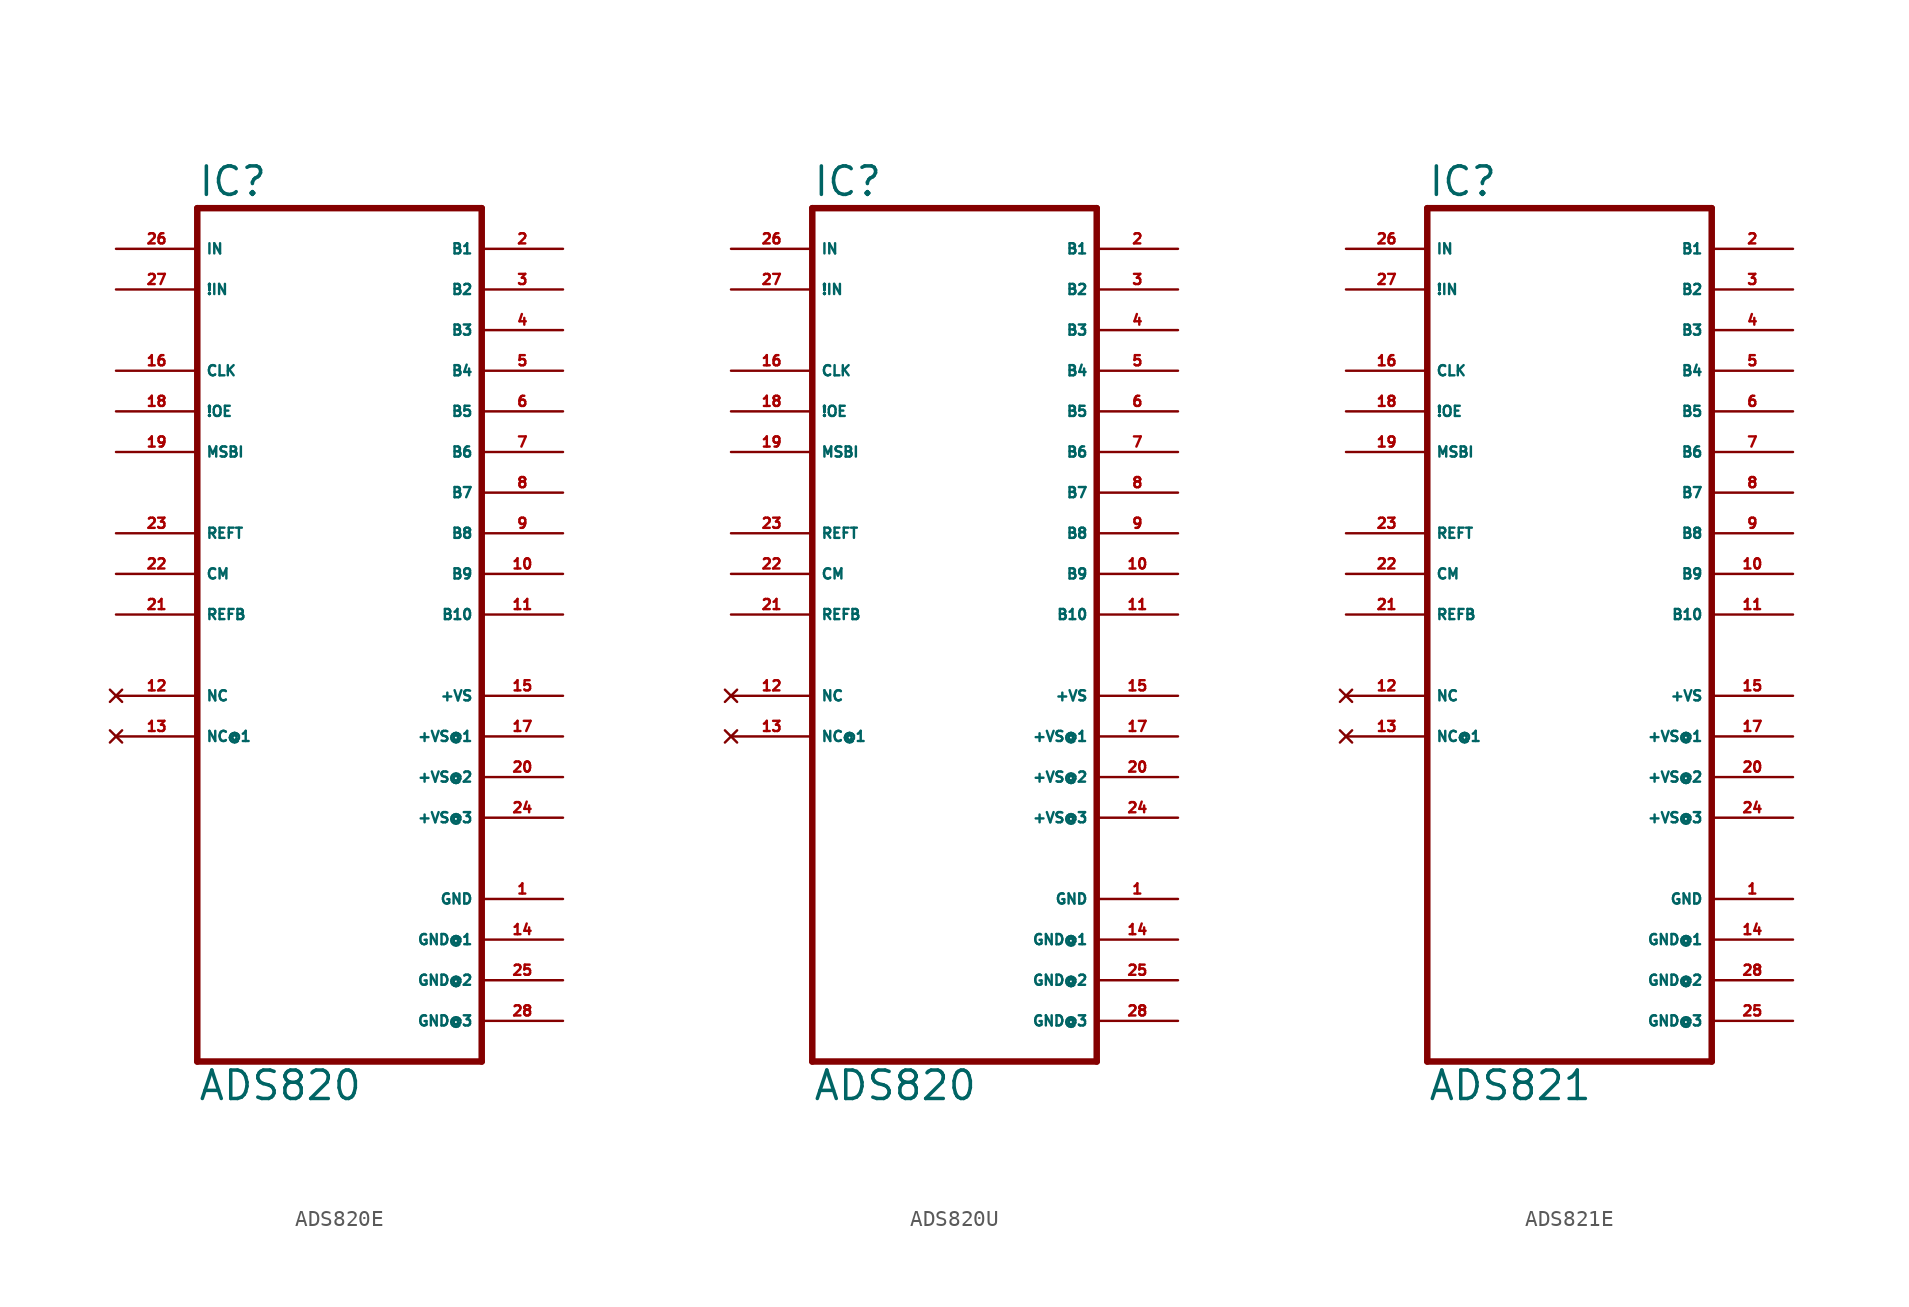
<source format=kicad_sym>
(kicad_symbol_lib
  (version 20220914)
  (generator Eagle2Kicad)
  (symbol "ADS820E"
    (property "Reference" "IC"
      (at -10.16 26.035 0)
      (effects (font (size 1.778 1.778) (thickness 0.22)) (justify left bottom)))
    (property "Value" "ADS820"
      (at -10.16 -30.48 0)
      (effects (font (size 1.778 1.778) (thickness 0.22)) (justify left bottom)))
    (polyline
      (pts (xy -10.16 25.4) (xy 7.62 25.4))
      (stroke (width 0.406) (type default))
      (fill (type none)))
    (polyline
      (pts (xy 7.62 25.4) (xy 7.62 -27.94))
      (stroke (width 0.406) (type default))
      (fill (type none)))
    (polyline
      (pts (xy 7.62 -27.94) (xy -10.16 -27.94))
      (stroke (width 0.406) (type default))
      (fill (type none)))
    (polyline
      (pts (xy -10.16 -27.94) (xy -10.16 25.4))
      (stroke (width 0.406) (type default))
      (fill (type none)))
    (pin input line
      (at -15.24 22.86 0)
      (length 5.08)
      (name "IN" (effects (font (size 0.635 0.635) (thickness 0.08)) (justify left bottom)))
      (number "26" (effects (font (size 0.635 0.635) (thickness 0.08)) (justify left bottom))))
    (pin input line
      (at -15.24 15.24 0)
      (length 5.08)
      (name "CLK" (effects (font (size 0.635 0.635) (thickness 0.08)) (justify left bottom)))
      (number "16" (effects (font (size 0.635 0.635) (thickness 0.08)) (justify left bottom))))
    (pin input line
      (at -15.24 12.7 0)
      (length 5.08)
      (name "!OE" (effects (font (size 0.635 0.635) (thickness 0.08)) (justify left bottom)))
      (number "18" (effects (font (size 0.635 0.635) (thickness 0.08)) (justify left bottom))))
    (pin input line
      (at -15.24 10.16 0)
      (length 5.08)
      (name "MSBI" (effects (font (size 0.635 0.635) (thickness 0.08)) (justify left bottom)))
      (number "19" (effects (font (size 0.635 0.635) (thickness 0.08)) (justify left bottom))))
    (pin output line
      (at 12.7 22.86 180)
      (length 5.08)
      (name "B1" (effects (font (size 0.635 0.635) (thickness 0.08)) (justify left bottom)))
      (number "2" (effects (font (size 0.635 0.635) (thickness 0.08)) (justify left bottom))))
    (pin output line
      (at 12.7 20.32 180)
      (length 5.08)
      (name "B2" (effects (font (size 0.635 0.635) (thickness 0.08)) (justify left bottom)))
      (number "3" (effects (font (size 0.635 0.635) (thickness 0.08)) (justify left bottom))))
    (pin output line
      (at 12.7 17.78 180)
      (length 5.08)
      (name "B3" (effects (font (size 0.635 0.635) (thickness 0.08)) (justify left bottom)))
      (number "4" (effects (font (size 0.635 0.635) (thickness 0.08)) (justify left bottom))))
    (pin output line
      (at 12.7 15.24 180)
      (length 5.08)
      (name "B4" (effects (font (size 0.635 0.635) (thickness 0.08)) (justify left bottom)))
      (number "5" (effects (font (size 0.635 0.635) (thickness 0.08)) (justify left bottom))))
    (pin output line
      (at 12.7 12.7 180)
      (length 5.08)
      (name "B5" (effects (font (size 0.635 0.635) (thickness 0.08)) (justify left bottom)))
      (number "6" (effects (font (size 0.635 0.635) (thickness 0.08)) (justify left bottom))))
    (pin output line
      (at 12.7 10.16 180)
      (length 5.08)
      (name "B6" (effects (font (size 0.635 0.635) (thickness 0.08)) (justify left bottom)))
      (number "7" (effects (font (size 0.635 0.635) (thickness 0.08)) (justify left bottom))))
    (pin output line
      (at 12.7 7.62 180)
      (length 5.08)
      (name "B7" (effects (font (size 0.635 0.635) (thickness 0.08)) (justify left bottom)))
      (number "8" (effects (font (size 0.635 0.635) (thickness 0.08)) (justify left bottom))))
    (pin output line
      (at 12.7 5.08 180)
      (length 5.08)
      (name "B8" (effects (font (size 0.635 0.635) (thickness 0.08)) (justify left bottom)))
      (number "9" (effects (font (size 0.635 0.635) (thickness 0.08)) (justify left bottom))))
    (pin unspecified line
      (at 12.7 -5.08 180)
      (length 5.08)
      (name "+VS" (effects (font (size 0.635 0.635) (thickness 0.08)) (justify left bottom)))
      (number "15" (effects (font (size 0.635 0.635) (thickness 0.08)) (justify left bottom))))
    (pin unspecified line
      (at 12.7 -7.62 180)
      (length 5.08)
      (name "+VS@1" (effects (font (size 0.635 0.635) (thickness 0.08)) (justify left bottom)))
      (number "17" (effects (font (size 0.635 0.635) (thickness 0.08)) (justify left bottom))))
    (pin unspecified line
      (at 12.7 -10.16 180)
      (length 5.08)
      (name "+VS@2" (effects (font (size 0.635 0.635) (thickness 0.08)) (justify left bottom)))
      (number "20" (effects (font (size 0.635 0.635) (thickness 0.08)) (justify left bottom))))
    (pin unspecified line
      (at 12.7 -17.78 180)
      (length 5.08)
      (name "GND" (effects (font (size 0.635 0.635) (thickness 0.08)) (justify left bottom)))
      (number "1" (effects (font (size 0.635 0.635) (thickness 0.08)) (justify left bottom))))
    (pin unspecified line
      (at 12.7 -20.32 180)
      (length 5.08)
      (name "GND@1" (effects (font (size 0.635 0.635) (thickness 0.08)) (justify left bottom)))
      (number "14" (effects (font (size 0.635 0.635) (thickness 0.08)) (justify left bottom))))
    (pin unspecified line
      (at 12.7 -22.86 180)
      (length 5.08)
      (name "GND@2" (effects (font (size 0.635 0.635) (thickness 0.08)) (justify left bottom)))
      (number "25" (effects (font (size 0.635 0.635) (thickness 0.08)) (justify left bottom))))
    (pin unspecified line
      (at 12.7 -25.4 180)
      (length 5.08)
      (name "GND@3" (effects (font (size 0.635 0.635) (thickness 0.08)) (justify left bottom)))
      (number "28" (effects (font (size 0.635 0.635) (thickness 0.08)) (justify left bottom))))
    (pin input line
      (at -15.24 20.32 0)
      (length 5.08)
      (name "!IN" (effects (font (size 0.635 0.635) (thickness 0.08)) (justify left bottom)))
      (number "27" (effects (font (size 0.635 0.635) (thickness 0.08)) (justify left bottom))))
    (pin input line
      (at -15.24 2.54 0)
      (length 5.08)
      (name "CM" (effects (font (size 0.635 0.635) (thickness 0.08)) (justify left bottom)))
      (number "22" (effects (font (size 0.635 0.635) (thickness 0.08)) (justify left bottom))))
    (pin no_connect line
      (at -15.24 -5.08 0)
      (length 5.08)
      (name "NC" (effects (font (size 0.635 0.635) (thickness 0.08)) (justify left bottom) hide))
      (number "12" (effects (font (size 0.635 0.635) (thickness 0.08)) (justify left bottom) hide)))
    (pin no_connect line
      (at -15.24 -7.62 0)
      (length 5.08)
      (name "NC@1" (effects (font (size 0.635 0.635) (thickness 0.08)) (justify left bottom) hide))
      (number "13" (effects (font (size 0.635 0.635) (thickness 0.08)) (justify left bottom) hide)))
    (pin output line
      (at 12.7 0 180)
      (length 5.08)
      (name "B10" (effects (font (size 0.635 0.635) (thickness 0.08)) (justify left bottom)))
      (number "11" (effects (font (size 0.635 0.635) (thickness 0.08)) (justify left bottom))))
    (pin output line
      (at 12.7 2.54 180)
      (length 5.08)
      (name "B9" (effects (font (size 0.635 0.635) (thickness 0.08)) (justify left bottom)))
      (number "10" (effects (font (size 0.635 0.635) (thickness 0.08)) (justify left bottom))))
    (pin input line
      (at -15.24 5.08 0)
      (length 5.08)
      (name "REFT" (effects (font (size 0.635 0.635) (thickness 0.08)) (justify left bottom)))
      (number "23" (effects (font (size 0.635 0.635) (thickness 0.08)) (justify left bottom))))
    (pin input line
      (at -15.24 0 0)
      (length 5.08)
      (name "REFB" (effects (font (size 0.635 0.635) (thickness 0.08)) (justify left bottom)))
      (number "21" (effects (font (size 0.635 0.635) (thickness 0.08)) (justify left bottom))))
    (pin unspecified line
      (at 12.7 -12.7 180)
      (length 5.08)
      (name "+VS@3" (effects (font (size 0.635 0.635) (thickness 0.08)) (justify left bottom)))
      (number "24" (effects (font (size 0.635 0.635) (thickness 0.08)) (justify left bottom)))))
  (symbol "ADS820U"
    (property "Reference" "IC"
      (at -10.16 26.035 0)
      (effects (font (size 1.778 1.778) (thickness 0.22)) (justify left bottom)))
    (property "Value" "ADS820"
      (at -10.16 -30.48 0)
      (effects (font (size 1.778 1.778) (thickness 0.22)) (justify left bottom)))
    (polyline
      (pts (xy -10.16 25.4) (xy 7.62 25.4))
      (stroke (width 0.406) (type default))
      (fill (type none)))
    (polyline
      (pts (xy 7.62 25.4) (xy 7.62 -27.94))
      (stroke (width 0.406) (type default))
      (fill (type none)))
    (polyline
      (pts (xy 7.62 -27.94) (xy -10.16 -27.94))
      (stroke (width 0.406) (type default))
      (fill (type none)))
    (polyline
      (pts (xy -10.16 -27.94) (xy -10.16 25.4))
      (stroke (width 0.406) (type default))
      (fill (type none)))
    (pin input line
      (at -15.24 22.86 0)
      (length 5.08)
      (name "IN" (effects (font (size 0.635 0.635) (thickness 0.08)) (justify left bottom)))
      (number "26" (effects (font (size 0.635 0.635) (thickness 0.08)) (justify left bottom))))
    (pin input line
      (at -15.24 15.24 0)
      (length 5.08)
      (name "CLK" (effects (font (size 0.635 0.635) (thickness 0.08)) (justify left bottom)))
      (number "16" (effects (font (size 0.635 0.635) (thickness 0.08)) (justify left bottom))))
    (pin input line
      (at -15.24 12.7 0)
      (length 5.08)
      (name "!OE" (effects (font (size 0.635 0.635) (thickness 0.08)) (justify left bottom)))
      (number "18" (effects (font (size 0.635 0.635) (thickness 0.08)) (justify left bottom))))
    (pin input line
      (at -15.24 10.16 0)
      (length 5.08)
      (name "MSBI" (effects (font (size 0.635 0.635) (thickness 0.08)) (justify left bottom)))
      (number "19" (effects (font (size 0.635 0.635) (thickness 0.08)) (justify left bottom))))
    (pin output line
      (at 12.7 22.86 180)
      (length 5.08)
      (name "B1" (effects (font (size 0.635 0.635) (thickness 0.08)) (justify left bottom)))
      (number "2" (effects (font (size 0.635 0.635) (thickness 0.08)) (justify left bottom))))
    (pin output line
      (at 12.7 20.32 180)
      (length 5.08)
      (name "B2" (effects (font (size 0.635 0.635) (thickness 0.08)) (justify left bottom)))
      (number "3" (effects (font (size 0.635 0.635) (thickness 0.08)) (justify left bottom))))
    (pin output line
      (at 12.7 17.78 180)
      (length 5.08)
      (name "B3" (effects (font (size 0.635 0.635) (thickness 0.08)) (justify left bottom)))
      (number "4" (effects (font (size 0.635 0.635) (thickness 0.08)) (justify left bottom))))
    (pin output line
      (at 12.7 15.24 180)
      (length 5.08)
      (name "B4" (effects (font (size 0.635 0.635) (thickness 0.08)) (justify left bottom)))
      (number "5" (effects (font (size 0.635 0.635) (thickness 0.08)) (justify left bottom))))
    (pin output line
      (at 12.7 12.7 180)
      (length 5.08)
      (name "B5" (effects (font (size 0.635 0.635) (thickness 0.08)) (justify left bottom)))
      (number "6" (effects (font (size 0.635 0.635) (thickness 0.08)) (justify left bottom))))
    (pin output line
      (at 12.7 10.16 180)
      (length 5.08)
      (name "B6" (effects (font (size 0.635 0.635) (thickness 0.08)) (justify left bottom)))
      (number "7" (effects (font (size 0.635 0.635) (thickness 0.08)) (justify left bottom))))
    (pin output line
      (at 12.7 7.62 180)
      (length 5.08)
      (name "B7" (effects (font (size 0.635 0.635) (thickness 0.08)) (justify left bottom)))
      (number "8" (effects (font (size 0.635 0.635) (thickness 0.08)) (justify left bottom))))
    (pin output line
      (at 12.7 5.08 180)
      (length 5.08)
      (name "B8" (effects (font (size 0.635 0.635) (thickness 0.08)) (justify left bottom)))
      (number "9" (effects (font (size 0.635 0.635) (thickness 0.08)) (justify left bottom))))
    (pin unspecified line
      (at 12.7 -5.08 180)
      (length 5.08)
      (name "+VS" (effects (font (size 0.635 0.635) (thickness 0.08)) (justify left bottom)))
      (number "15" (effects (font (size 0.635 0.635) (thickness 0.08)) (justify left bottom))))
    (pin unspecified line
      (at 12.7 -7.62 180)
      (length 5.08)
      (name "+VS@1" (effects (font (size 0.635 0.635) (thickness 0.08)) (justify left bottom)))
      (number "17" (effects (font (size 0.635 0.635) (thickness 0.08)) (justify left bottom))))
    (pin unspecified line
      (at 12.7 -10.16 180)
      (length 5.08)
      (name "+VS@2" (effects (font (size 0.635 0.635) (thickness 0.08)) (justify left bottom)))
      (number "20" (effects (font (size 0.635 0.635) (thickness 0.08)) (justify left bottom))))
    (pin unspecified line
      (at 12.7 -17.78 180)
      (length 5.08)
      (name "GND" (effects (font (size 0.635 0.635) (thickness 0.08)) (justify left bottom)))
      (number "1" (effects (font (size 0.635 0.635) (thickness 0.08)) (justify left bottom))))
    (pin unspecified line
      (at 12.7 -20.32 180)
      (length 5.08)
      (name "GND@1" (effects (font (size 0.635 0.635) (thickness 0.08)) (justify left bottom)))
      (number "14" (effects (font (size 0.635 0.635) (thickness 0.08)) (justify left bottom))))
    (pin unspecified line
      (at 12.7 -22.86 180)
      (length 5.08)
      (name "GND@2" (effects (font (size 0.635 0.635) (thickness 0.08)) (justify left bottom)))
      (number "25" (effects (font (size 0.635 0.635) (thickness 0.08)) (justify left bottom))))
    (pin unspecified line
      (at 12.7 -25.4 180)
      (length 5.08)
      (name "GND@3" (effects (font (size 0.635 0.635) (thickness 0.08)) (justify left bottom)))
      (number "28" (effects (font (size 0.635 0.635) (thickness 0.08)) (justify left bottom))))
    (pin input line
      (at -15.24 20.32 0)
      (length 5.08)
      (name "!IN" (effects (font (size 0.635 0.635) (thickness 0.08)) (justify left bottom)))
      (number "27" (effects (font (size 0.635 0.635) (thickness 0.08)) (justify left bottom))))
    (pin input line
      (at -15.24 2.54 0)
      (length 5.08)
      (name "CM" (effects (font (size 0.635 0.635) (thickness 0.08)) (justify left bottom)))
      (number "22" (effects (font (size 0.635 0.635) (thickness 0.08)) (justify left bottom))))
    (pin no_connect line
      (at -15.24 -5.08 0)
      (length 5.08)
      (name "NC" (effects (font (size 0.635 0.635) (thickness 0.08)) (justify left bottom) hide))
      (number "12" (effects (font (size 0.635 0.635) (thickness 0.08)) (justify left bottom) hide)))
    (pin no_connect line
      (at -15.24 -7.62 0)
      (length 5.08)
      (name "NC@1" (effects (font (size 0.635 0.635) (thickness 0.08)) (justify left bottom) hide))
      (number "13" (effects (font (size 0.635 0.635) (thickness 0.08)) (justify left bottom) hide)))
    (pin output line
      (at 12.7 0 180)
      (length 5.08)
      (name "B10" (effects (font (size 0.635 0.635) (thickness 0.08)) (justify left bottom)))
      (number "11" (effects (font (size 0.635 0.635) (thickness 0.08)) (justify left bottom))))
    (pin output line
      (at 12.7 2.54 180)
      (length 5.08)
      (name "B9" (effects (font (size 0.635 0.635) (thickness 0.08)) (justify left bottom)))
      (number "10" (effects (font (size 0.635 0.635) (thickness 0.08)) (justify left bottom))))
    (pin input line
      (at -15.24 5.08 0)
      (length 5.08)
      (name "REFT" (effects (font (size 0.635 0.635) (thickness 0.08)) (justify left bottom)))
      (number "23" (effects (font (size 0.635 0.635) (thickness 0.08)) (justify left bottom))))
    (pin input line
      (at -15.24 0 0)
      (length 5.08)
      (name "REFB" (effects (font (size 0.635 0.635) (thickness 0.08)) (justify left bottom)))
      (number "21" (effects (font (size 0.635 0.635) (thickness 0.08)) (justify left bottom))))
    (pin unspecified line
      (at 12.7 -12.7 180)
      (length 5.08)
      (name "+VS@3" (effects (font (size 0.635 0.635) (thickness 0.08)) (justify left bottom)))
      (number "24" (effects (font (size 0.635 0.635) (thickness 0.08)) (justify left bottom)))))
  (symbol "ADS821E"
    (property "Reference" "IC"
      (at -10.16 26.035 0)
      (effects (font (size 1.778 1.778) (thickness 0.22)) (justify left bottom)))
    (property "Value" "ADS821"
      (at -10.16 -30.48 0)
      (effects (font (size 1.778 1.778) (thickness 0.22)) (justify left bottom)))
    (polyline
      (pts (xy -10.16 25.4) (xy 7.62 25.4))
      (stroke (width 0.406) (type default))
      (fill (type none)))
    (polyline
      (pts (xy 7.62 25.4) (xy 7.62 -27.94))
      (stroke (width 0.406) (type default))
      (fill (type none)))
    (polyline
      (pts (xy 7.62 -27.94) (xy -10.16 -27.94))
      (stroke (width 0.406) (type default))
      (fill (type none)))
    (polyline
      (pts (xy -10.16 -27.94) (xy -10.16 25.4))
      (stroke (width 0.406) (type default))
      (fill (type none)))
    (pin input line
      (at -15.24 22.86 0)
      (length 5.08)
      (name "IN" (effects (font (size 0.635 0.635) (thickness 0.08)) (justify left bottom)))
      (number "26" (effects (font (size 0.635 0.635) (thickness 0.08)) (justify left bottom))))
    (pin input line
      (at -15.24 15.24 0)
      (length 5.08)
      (name "CLK" (effects (font (size 0.635 0.635) (thickness 0.08)) (justify left bottom)))
      (number "16" (effects (font (size 0.635 0.635) (thickness 0.08)) (justify left bottom))))
    (pin input line
      (at -15.24 12.7 0)
      (length 5.08)
      (name "!OE" (effects (font (size 0.635 0.635) (thickness 0.08)) (justify left bottom)))
      (number "18" (effects (font (size 0.635 0.635) (thickness 0.08)) (justify left bottom))))
    (pin input line
      (at -15.24 10.16 0)
      (length 5.08)
      (name "MSBI" (effects (font (size 0.635 0.635) (thickness 0.08)) (justify left bottom)))
      (number "19" (effects (font (size 0.635 0.635) (thickness 0.08)) (justify left bottom))))
    (pin output line
      (at 12.7 22.86 180)
      (length 5.08)
      (name "B1" (effects (font (size 0.635 0.635) (thickness 0.08)) (justify left bottom)))
      (number "2" (effects (font (size 0.635 0.635) (thickness 0.08)) (justify left bottom))))
    (pin output line
      (at 12.7 20.32 180)
      (length 5.08)
      (name "B2" (effects (font (size 0.635 0.635) (thickness 0.08)) (justify left bottom)))
      (number "3" (effects (font (size 0.635 0.635) (thickness 0.08)) (justify left bottom))))
    (pin output line
      (at 12.7 17.78 180)
      (length 5.08)
      (name "B3" (effects (font (size 0.635 0.635) (thickness 0.08)) (justify left bottom)))
      (number "4" (effects (font (size 0.635 0.635) (thickness 0.08)) (justify left bottom))))
    (pin output line
      (at 12.7 15.24 180)
      (length 5.08)
      (name "B4" (effects (font (size 0.635 0.635) (thickness 0.08)) (justify left bottom)))
      (number "5" (effects (font (size 0.635 0.635) (thickness 0.08)) (justify left bottom))))
    (pin output line
      (at 12.7 12.7 180)
      (length 5.08)
      (name "B5" (effects (font (size 0.635 0.635) (thickness 0.08)) (justify left bottom)))
      (number "6" (effects (font (size 0.635 0.635) (thickness 0.08)) (justify left bottom))))
    (pin output line
      (at 12.7 10.16 180)
      (length 5.08)
      (name "B6" (effects (font (size 0.635 0.635) (thickness 0.08)) (justify left bottom)))
      (number "7" (effects (font (size 0.635 0.635) (thickness 0.08)) (justify left bottom))))
    (pin output line
      (at 12.7 7.62 180)
      (length 5.08)
      (name "B7" (effects (font (size 0.635 0.635) (thickness 0.08)) (justify left bottom)))
      (number "8" (effects (font (size 0.635 0.635) (thickness 0.08)) (justify left bottom))))
    (pin output line
      (at 12.7 5.08 180)
      (length 5.08)
      (name "B8" (effects (font (size 0.635 0.635) (thickness 0.08)) (justify left bottom)))
      (number "9" (effects (font (size 0.635 0.635) (thickness 0.08)) (justify left bottom))))
    (pin unspecified line
      (at 12.7 -5.08 180)
      (length 5.08)
      (name "+VS" (effects (font (size 0.635 0.635) (thickness 0.08)) (justify left bottom)))
      (number "15" (effects (font (size 0.635 0.635) (thickness 0.08)) (justify left bottom))))
    (pin unspecified line
      (at 12.7 -7.62 180)
      (length 5.08)
      (name "+VS@1" (effects (font (size 0.635 0.635) (thickness 0.08)) (justify left bottom)))
      (number "17" (effects (font (size 0.635 0.635) (thickness 0.08)) (justify left bottom))))
    (pin unspecified line
      (at 12.7 -10.16 180)
      (length 5.08)
      (name "+VS@2" (effects (font (size 0.635 0.635) (thickness 0.08)) (justify left bottom)))
      (number "20" (effects (font (size 0.635 0.635) (thickness 0.08)) (justify left bottom))))
    (pin unspecified line
      (at 12.7 -17.78 180)
      (length 5.08)
      (name "GND" (effects (font (size 0.635 0.635) (thickness 0.08)) (justify left bottom)))
      (number "1" (effects (font (size 0.635 0.635) (thickness 0.08)) (justify left bottom))))
    (pin unspecified line
      (at 12.7 -20.32 180)
      (length 5.08)
      (name "GND@1" (effects (font (size 0.635 0.635) (thickness 0.08)) (justify left bottom)))
      (number "14" (effects (font (size 0.635 0.635) (thickness 0.08)) (justify left bottom))))
    (pin unspecified line
      (at 12.7 -22.86 180)
      (length 5.08)
      (name "GND@2" (effects (font (size 0.635 0.635) (thickness 0.08)) (justify left bottom)))
      (number "28" (effects (font (size 0.635 0.635) (thickness 0.08)) (justify left bottom))))
    (pin unspecified line
      (at 12.7 -25.4 180)
      (length 5.08)
      (name "GND@3" (effects (font (size 0.635 0.635) (thickness 0.08)) (justify left bottom)))
      (number "25" (effects (font (size 0.635 0.635) (thickness 0.08)) (justify left bottom))))
    (pin input line
      (at -15.24 20.32 0)
      (length 5.08)
      (name "!IN" (effects (font (size 0.635 0.635) (thickness 0.08)) (justify left bottom)))
      (number "27" (effects (font (size 0.635 0.635) (thickness 0.08)) (justify left bottom))))
    (pin input line
      (at -15.24 2.54 0)
      (length 5.08)
      (name "CM" (effects (font (size 0.635 0.635) (thickness 0.08)) (justify left bottom)))
      (number "22" (effects (font (size 0.635 0.635) (thickness 0.08)) (justify left bottom))))
    (pin no_connect line
      (at -15.24 -5.08 0)
      (length 5.08)
      (name "NC" (effects (font (size 0.635 0.635) (thickness 0.08)) (justify left bottom) hide))
      (number "12" (effects (font (size 0.635 0.635) (thickness 0.08)) (justify left bottom) hide)))
    (pin no_connect line
      (at -15.24 -7.62 0)
      (length 5.08)
      (name "NC@1" (effects (font (size 0.635 0.635) (thickness 0.08)) (justify left bottom) hide))
      (number "13" (effects (font (size 0.635 0.635) (thickness 0.08)) (justify left bottom) hide)))
    (pin output line
      (at 12.7 0 180)
      (length 5.08)
      (name "B10" (effects (font (size 0.635 0.635) (thickness 0.08)) (justify left bottom)))
      (number "11" (effects (font (size 0.635 0.635) (thickness 0.08)) (justify left bottom))))
    (pin output line
      (at 12.7 2.54 180)
      (length 5.08)
      (name "B9" (effects (font (size 0.635 0.635) (thickness 0.08)) (justify left bottom)))
      (number "10" (effects (font (size 0.635 0.635) (thickness 0.08)) (justify left bottom))))
    (pin input line
      (at -15.24 5.08 0)
      (length 5.08)
      (name "REFT" (effects (font (size 0.635 0.635) (thickness 0.08)) (justify left bottom)))
      (number "23" (effects (font (size 0.635 0.635) (thickness 0.08)) (justify left bottom))))
    (pin input line
      (at -15.24 0 0)
      (length 5.08)
      (name "REFB" (effects (font (size 0.635 0.635) (thickness 0.08)) (justify left bottom)))
      (number "21" (effects (font (size 0.635 0.635) (thickness 0.08)) (justify left bottom))))
    (pin unspecified line
      (at 12.7 -12.7 180)
      (length 5.08)
      (name "+VS@3" (effects (font (size 0.635 0.635) (thickness 0.08)) (justify left bottom)))
      (number "24" (effects (font (size 0.635 0.635) (thickness 0.08)) (justify left bottom))))))
</source>
